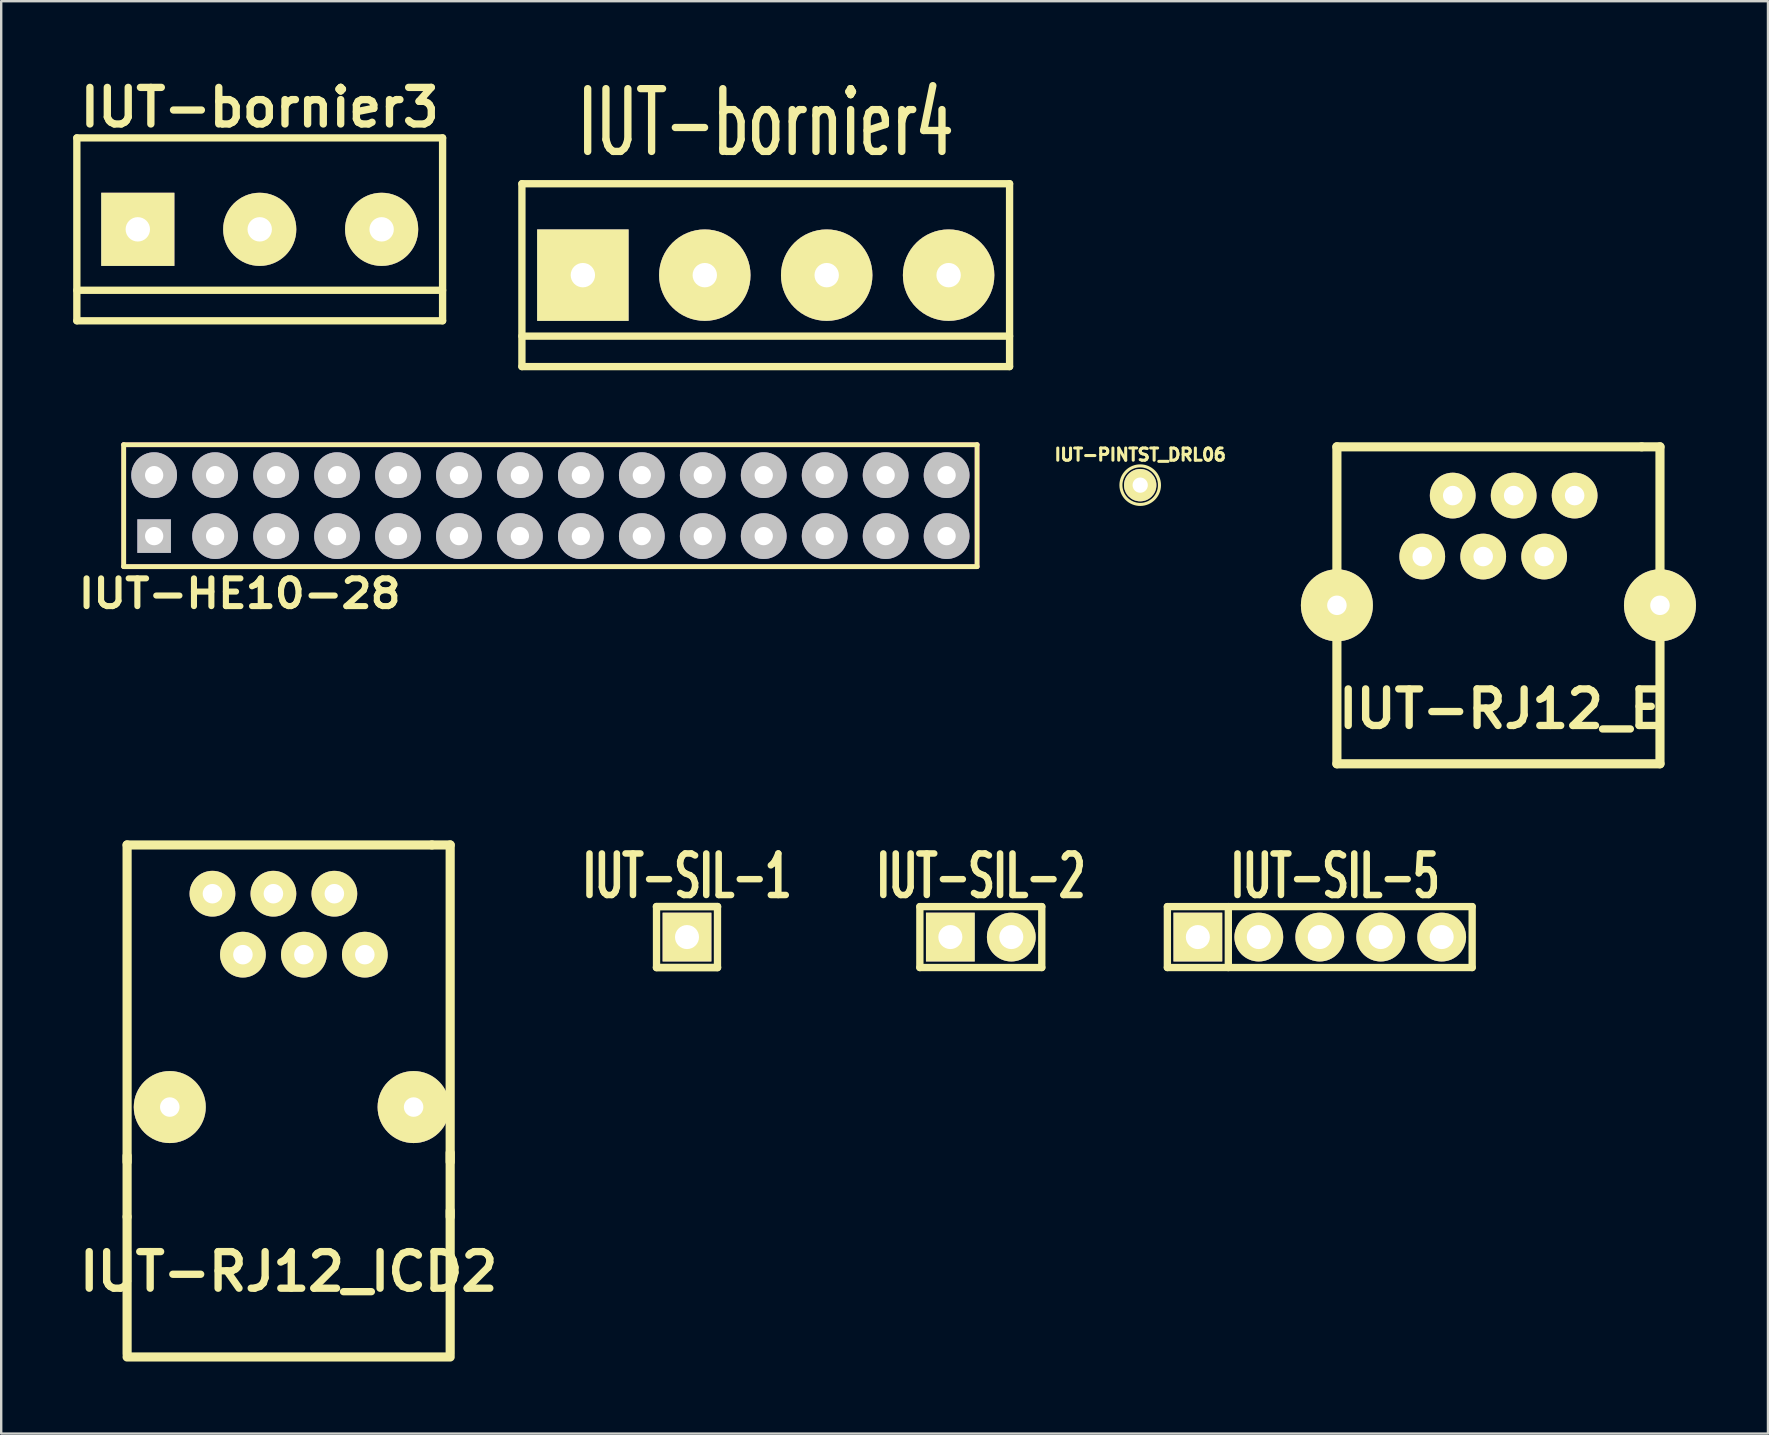
<source format=kicad_pcb>
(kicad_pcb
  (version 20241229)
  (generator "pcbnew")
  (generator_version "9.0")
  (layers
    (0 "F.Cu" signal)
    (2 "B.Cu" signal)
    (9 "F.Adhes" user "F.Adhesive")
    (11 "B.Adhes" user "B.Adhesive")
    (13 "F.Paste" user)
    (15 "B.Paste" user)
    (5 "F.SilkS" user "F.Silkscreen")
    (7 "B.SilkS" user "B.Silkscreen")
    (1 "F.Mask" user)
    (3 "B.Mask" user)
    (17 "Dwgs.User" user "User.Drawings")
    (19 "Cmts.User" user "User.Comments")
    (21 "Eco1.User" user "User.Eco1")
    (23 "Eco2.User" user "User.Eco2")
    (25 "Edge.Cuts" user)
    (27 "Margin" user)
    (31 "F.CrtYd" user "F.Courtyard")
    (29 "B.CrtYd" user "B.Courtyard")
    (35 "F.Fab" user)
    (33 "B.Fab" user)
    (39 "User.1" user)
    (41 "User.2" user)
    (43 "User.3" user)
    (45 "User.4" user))
  (footprint "IUT-SIL-1"
    (layer "F.Cu")
    (at 25.576 35.996)
    (property "Reference" "IUT-SIL-1" (at 0 -2.54 0) (layer "F.SilkS") (effects (font (size 1.73 1.087) (thickness 0.272))))
    (attr through_hole)
    (fp_line (start -1.27 -1.27) (end 1.27 -1.27) (stroke (width 0.318) (type solid)) (layer "F.SilkS"))
    (fp_line (start -1.27 1.27) (end -1.27 -1.27) (stroke (width 0.305) (type solid)) (layer "F.SilkS"))
    (fp_line (start -1.27 1.27) (end 1.27 1.27) (stroke (width 0.318) (type solid)) (layer "F.SilkS"))
    (fp_line (start 1.27 -1.27) (end 1.27 1.27) (stroke (width 0.305) (type solid)) (layer "F.SilkS"))
    (pad "1" thru_hole rect (at 0 0) (size 2.032 2.032) (drill 1.001) (layers "*.Mask" "B.Cu" "F.SilkS")))
  (footprint "IUT-RJ12_E"
    (layer "F.Cu")
    (at 59.514 26.49)
    (property "Reference" "IUT-RJ12_E" (at 0 0 0) (layer "F.SilkS") (effects (font (size 1.524 1.524) (thickness 0.305))))
    (attr through_hole)
    (fp_line (start -6.858 -10.922) (end -6.858 2.286) (stroke (width 0.381) (type solid)) (layer "F.SilkS"))
    (fp_line (start -6.858 -10.922) (end 5.842 -10.922) (stroke (width 0.381) (type solid)) (layer "F.SilkS"))
    (fp_line (start -6.858 2.286) (end 6.604 2.286) (stroke (width 0.381) (type solid)) (layer "F.SilkS"))
    (fp_line (start 5.842 -10.922) (end 6.604 -10.922) (stroke (width 0.381) (type solid)) (layer "F.SilkS"))
    (fp_line (start 6.604 -10.922) (end 6.604 2.286) (stroke (width 0.381) (type solid)) (layer "F.SilkS"))
    (pad "1" thru_hole circle (at -3.302 -6.35) (size 1.905 1.905) (drill 0.813) (layers "*.Mask" "B.Cu" "F.SilkS"))
    (pad "2" thru_hole circle (at -2.032 -8.89) (size 1.905 1.905) (drill 0.813) (layers "*.Mask" "B.Cu" "F.SilkS"))
    (pad "3" thru_hole circle (at -0.762 -6.35) (size 1.905 1.905) (drill 0.813) (layers "*.Mask" "B.Cu" "F.SilkS"))
    (pad "4" thru_hole circle (at 0.508 -8.89) (size 1.905 1.905) (drill 0.813) (layers "*.Mask" "B.Cu" "F.SilkS"))
    (pad "5" thru_hole circle (at 1.778 -6.35) (size 1.905 1.905) (drill 0.813) (layers "*.Mask" "B.Cu" "F.SilkS"))
    (pad "6" thru_hole circle (at 3.048 -8.89) (size 1.905 1.905) (drill 0.813) (layers "*.Mask" "B.Cu" "F.SilkS"))
    (pad "7" thru_hole circle (at -6.858 -4.318) (size 3 3) (drill 0.813) (layers "*.Mask" "B.Cu" "F.SilkS"))
    (pad "8" thru_hole circle (at 6.604 -4.318) (size 3 3) (drill 0.813) (layers "*.Mask" "B.Cu" "F.SilkS")))
  (footprint "IUT-PINTST_DRL06"
    (layer "F.Cu")
    (at 44.46 17.165)
    (property "Reference" "IUT-PINTST_DRL06" (at 0 -1.268 0) (layer "F.SilkS") (effects (font (size 0.508 0.508) (thickness 0.127))))
    (attr through_hole)
    (fp_circle (center 0 0) (end -0.254 -0.762) (stroke (width 0.127) (type solid)) (fill no) (layer "F.SilkS"))
    (pad "1" thru_hole circle (at 0 0) (size 1.349 1.349) (drill 0.635) (layers "*.Mask" "B.Cu" "F.SilkS")))
  (footprint "IUT-HE10-28"
    (layer "F.Cu")
    (at 8.453 19.289)
    (property "Reference" "IUT-HE10-28" (at -1.516 2.395 0) (layer "F.SilkS") (effects (font (size 1.156 1.27) (thickness 0.254))))
    (attr through_hole)
    (fp_line (start -6.35 -3.81) (end 29.21 -3.81) (stroke (width 0.203) (type solid)) (layer "F.SilkS"))
    (fp_line (start -6.35 1.27) (end -6.35 -3.81) (stroke (width 0.203) (type solid)) (layer "F.SilkS"))
    (fp_line (start 29.21 -3.81) (end 29.21 1.27) (stroke (width 0.203) (type solid)) (layer "F.SilkS"))
    (fp_line (start 29.21 1.27) (end -6.35 1.27) (stroke (width 0.203) (type solid)) (layer "F.SilkS"))
    (fp_line (start -6.35 -3.81) (end 29.21 -3.81) (stroke (width 0.203) (type solid)) (layer "F.Adhes"))
    (fp_line (start -6.35 1.27) (end -6.35 -3.81) (stroke (width 0.203) (type solid)) (layer "F.Adhes"))
    (fp_line (start 29.21 -3.81) (end 29.21 1.27) (stroke (width 0.203) (type solid)) (layer "F.Adhes"))
    (fp_line (start 29.21 1.27) (end -6.35 1.27) (stroke (width 0.203) (type solid)) (layer "F.Adhes"))
    (pad "1" thru_hole rect (at -5.08 0) (size 1.397 1.397) (drill 0.762) (layers "B.Cu" "B.Mask" "B.Adhes" "Dwgs.User" "Eco1.User" "Eco2.User"))
    (pad "2" thru_hole circle (at -2.54 0) (size 1.905 1.905) (drill 0.762) (layers "B.Cu" "B.Mask" "B.Adhes" "Dwgs.User" "Eco1.User" "Eco2.User"))
    (pad "3" thru_hole circle (at 0 0) (size 1.905 1.905) (drill 0.762) (layers "B.Cu" "B.Mask" "B.Adhes" "Dwgs.User" "Eco1.User" "Eco2.User"))
    (pad "4" thru_hole circle (at 2.54 0) (size 1.905 1.905) (drill 0.762) (layers "B.Cu" "B.Mask" "B.Adhes" "Dwgs.User" "Eco1.User" "Eco2.User"))
    (pad "5" thru_hole circle (at 5.08 0) (size 1.905 1.905) (drill 0.762) (layers "B.Cu" "B.Mask" "B.Adhes" "Dwgs.User" "Eco1.User" "Eco2.User"))
    (pad "6" thru_hole circle (at 7.62 0) (size 1.905 1.905) (drill 0.762) (layers "B.Cu" "B.Mask" "B.Adhes" "Dwgs.User" "Eco1.User" "Eco2.User"))
    (pad "7" thru_hole circle (at 10.16 0) (size 1.905 1.905) (drill 0.762) (layers "B.Cu" "B.Mask" "B.Adhes" "Dwgs.User" "Eco1.User" "Eco2.User"))
    (pad "8" thru_hole circle (at 12.7 0) (size 1.905 1.905) (drill 0.762) (layers "B.Cu" "B.Mask" "B.Adhes" "Dwgs.User" "Eco1.User" "Eco2.User"))
    (pad "9" thru_hole circle (at 15.24 0) (size 1.905 1.905) (drill 0.762) (layers "B.Cu" "B.Mask" "B.Adhes" "Dwgs.User" "Eco1.User" "Eco2.User"))
    (pad "10" thru_hole circle (at 17.78 0) (size 1.905 1.905) (drill 0.762) (layers "B.Cu" "B.Mask" "B.Adhes" "Dwgs.User" "Eco1.User" "Eco2.User"))
    (pad "11" thru_hole circle (at 20.32 0) (size 1.905 1.905) (drill 0.762) (layers "B.Cu" "B.Mask" "B.Adhes" "Dwgs.User" "Eco1.User" "Eco2.User"))
    (pad "12" thru_hole circle (at 22.86 0) (size 1.905 1.905) (drill 0.762) (layers "B.Cu" "B.Mask" "B.Adhes" "Dwgs.User" "Eco1.User" "Eco2.User"))
    (pad "13" thru_hole circle (at 25.4 0) (size 1.905 1.905) (drill 0.762) (layers "B.Cu" "B.Mask" "B.Adhes" "Dwgs.User" "Eco1.User" "Eco2.User"))
    (pad "14" thru_hole circle (at 27.94 0) (size 1.905 1.905) (drill 0.762) (layers "B.Cu" "B.Mask" "B.Adhes" "Dwgs.User" "Eco1.User" "Eco2.User"))
    (pad "15" thru_hole circle (at 27.94 -2.54) (size 1.905 1.905) (drill 0.762) (layers "B.Cu" "B.Mask" "B.Adhes" "Dwgs.User" "Eco1.User" "Eco2.User"))
    (pad "16" thru_hole circle (at 25.4 -2.54) (size 1.905 1.905) (drill 0.762) (layers "B.Cu" "B.Mask" "B.Adhes" "Dwgs.User" "Eco1.User" "Eco2.User"))
    (pad "17" thru_hole circle (at 22.86 -2.54) (size 1.905 1.905) (drill 0.762) (layers "B.Cu" "B.Mask" "B.Adhes" "Dwgs.User" "Eco1.User" "Eco2.User"))
    (pad "18" thru_hole circle (at 20.32 -2.54) (size 1.905 1.905) (drill 0.762) (layers "B.Cu" "B.Mask" "B.Adhes" "Dwgs.User" "Eco1.User" "Eco2.User"))
    (pad "19" thru_hole circle (at 17.78 -2.54) (size 1.905 1.905) (drill 0.762) (layers "B.Cu" "B.Mask" "B.Adhes" "Dwgs.User" "Eco1.User" "Eco2.User"))
    (pad "20" thru_hole circle (at 15.24 -2.54) (size 1.905 1.905) (drill 0.762) (layers "B.Cu" "B.Mask" "B.Adhes" "Dwgs.User" "Eco1.User" "Eco2.User"))
    (pad "21" thru_hole circle (at 12.7 -2.54) (size 1.905 1.905) (drill 0.762) (layers "B.Cu" "B.Mask" "B.Adhes" "Dwgs.User" "Eco1.User" "Eco2.User"))
    (pad "22" thru_hole circle (at 10.16 -2.54) (size 1.905 1.905) (drill 0.762) (layers "B.Cu" "B.Mask" "B.Adhes" "Dwgs.User" "Eco1.User" "Eco2.User"))
    (pad "23" thru_hole circle (at 7.62 -2.54) (size 1.905 1.905) (drill 0.762) (layers "B.Cu" "B.Mask" "B.Adhes" "Dwgs.User" "Eco1.User" "Eco2.User"))
    (pad "24" thru_hole circle (at 5.08 -2.54) (size 1.905 1.905) (drill 0.762) (layers "B.Cu" "B.Mask" "B.Adhes" "Dwgs.User" "Eco1.User" "Eco2.User"))
    (pad "25" thru_hole circle (at 2.54 -2.54) (size 1.905 1.905) (drill 0.762) (layers "B.Cu" "B.Mask" "B.Adhes" "Dwgs.User" "Eco1.User" "Eco2.User"))
    (pad "26" thru_hole circle (at 0 -2.54) (size 1.905 1.905) (drill 0.762) (layers "B.Cu" "B.Mask" "B.Adhes" "Dwgs.User" "Eco1.User" "Eco2.User"))
    (pad "27" thru_hole circle (at -2.54 -2.54) (size 1.905 1.905) (drill 0.762) (layers "B.Cu" "B.Mask" "B.Adhes" "Dwgs.User" "Eco1.User" "Eco2.User"))
    (pad "28" thru_hole circle (at -5.08 -2.54) (size 1.905 1.905) (drill 0.762) (layers "B.Cu" "B.Mask" "B.Adhes" "Dwgs.User" "Eco1.User" "Eco2.User")))
  (footprint "IUT-bornier3"
    (layer "F.Cu")
    (at 7.772 6.506)
    (property "Reference" "IUT-bornier3" (at 0 -5.08 0) (layer "F.SilkS") (effects (font (size 1.524 1.524) (thickness 0.305))))
    (attr through_hole)
    (fp_line (start -7.62 -3.81) (end 7.62 -3.81) (stroke (width 0.305) (type solid)) (layer "F.SilkS"))
    (fp_line (start -7.62 2.54) (end 7.62 2.54) (stroke (width 0.305) (type solid)) (layer "F.SilkS"))
    (fp_line (start -7.62 3.81) (end -7.62 -3.81) (stroke (width 0.305) (type solid)) (layer "F.SilkS"))
    (fp_line (start -7.62 3.81) (end 7.62 3.81) (stroke (width 0.305) (type solid)) (layer "F.SilkS"))
    (fp_line (start 7.62 3.81) (end 7.62 -3.81) (stroke (width 0.305) (type solid)) (layer "F.SilkS"))
    (pad "1" thru_hole rect (at -5.08 0) (size 3.048 3.048) (drill 1.016) (layers "*.Mask" "B.Cu" "F.SilkS"))
    (pad "2" thru_hole circle (at 0 0) (size 3.048 3.048) (drill 1.016) (layers "*.Mask" "B.Cu" "F.SilkS"))
    (pad "3" thru_hole circle (at 5.08 0) (size 3.048 3.048) (drill 1.016) (layers "*.Mask" "B.Cu" "F.SilkS")))
  (footprint "IUT-RJ12_ICD2"
    (layer "F.Cu")
    (at 9.104 43.079)
    (property "Reference" "IUT-RJ12_ICD2" (at -0.127 6.858 0) (layer "F.SilkS") (effects (font (size 1.524 1.524) (thickness 0.305))))
    (attr through_hole)
    (fp_line (start -6.858 -10.922) (end -6.858 2.286) (stroke (width 0.381) (type solid)) (layer "F.SilkS"))
    (fp_line (start -6.858 -10.922) (end 5.842 -10.922) (stroke (width 0.381) (type solid)) (layer "F.SilkS"))
    (fp_line (start -6.858 2.032) (end -6.858 4.572) (stroke (width 0.381) (type solid)) (layer "F.SilkS"))
    (fp_line (start -6.858 4.572) (end -6.858 10.287) (stroke (width 0.381) (type solid)) (layer "F.SilkS"))
    (fp_line (start -6.858 10.414) (end 6.604 10.414) (stroke (width 0.381) (type solid)) (layer "F.SilkS"))
    (fp_line (start 5.842 -10.922) (end 6.604 -10.922) (stroke (width 0.381) (type solid)) (layer "F.SilkS"))
    (fp_line (start 6.604 -10.922) (end 6.604 2.286) (stroke (width 0.381) (type solid)) (layer "F.SilkS"))
    (fp_line (start 6.604 1.905) (end 6.604 4.572) (stroke (width 0.381) (type solid)) (layer "F.SilkS"))
    (fp_line (start 6.604 4.318) (end 6.604 10.287) (stroke (width 0.381) (type solid)) (layer "F.SilkS"))
    (pad "1" thru_hole circle (at -3.302 -8.89 180) (size 1.905 1.905) (drill 0.813) (layers "*.Mask" "B.Cu" "F.SilkS"))
    (pad "2" thru_hole circle (at -2.032 -6.35 180) (size 1.905 1.905) (drill 0.813) (layers "*.Mask" "B.Cu" "F.SilkS"))
    (pad "3" thru_hole circle (at -0.762 -8.89 180) (size 1.905 1.905) (drill 0.813) (layers "*.Mask" "B.Cu" "F.SilkS"))
    (pad "4" thru_hole circle (at 0.508 -6.35 180) (size 1.905 1.905) (drill 0.813) (layers "*.Mask" "B.Cu" "F.SilkS"))
    (pad "5" thru_hole circle (at 1.778 -8.89 180) (size 1.905 1.905) (drill 0.813) (layers "*.Mask" "B.Cu" "F.SilkS"))
    (pad "6" thru_hole circle (at 3.048 -6.35 180) (size 1.905 1.905) (drill 0.813) (layers "*.Mask" "B.Cu" "F.SilkS"))
    (pad "7" thru_hole circle (at -5.08 0) (size 3 3) (drill 0.813) (layers "*.Mask" "B.Cu" "F.SilkS"))
    (pad "8" thru_hole circle (at 5.08 0) (size 3 3) (drill 0.813) (layers "*.Mask" "B.Cu" "F.SilkS")))
  (footprint "IUT-SIL-5"
    (layer "F.Cu")
    (at 53.212 35.996)
    (property "Reference" "IUT-SIL-5" (at -0.635 -2.54 0) (layer "F.SilkS") (effects (font (size 1.73 1.087) (thickness 0.305))))
    (attr through_hole)
    (fp_line (start -7.62 -1.27) (end 5.08 -1.27) (stroke (width 0.305) (type solid)) (layer "F.SilkS"))
    (fp_line (start -7.62 1.27) (end -7.62 -1.27) (stroke (width 0.305) (type solid)) (layer "F.SilkS"))
    (fp_line (start -5.08 1.27) (end -5.08 -1.27) (stroke (width 0.305) (type solid)) (layer "F.SilkS"))
    (fp_line (start 5.08 -1.27) (end 5.08 1.27) (stroke (width 0.305) (type solid)) (layer "F.SilkS"))
    (fp_line (start 5.08 1.27) (end -7.62 1.27) (stroke (width 0.305) (type solid)) (layer "F.SilkS"))
    (pad "1" thru_hole rect (at -6.35 0) (size 2.032 2.032) (drill 1.001) (layers "*.Mask" "B.Cu" "F.SilkS"))
    (pad "2" thru_hole circle (at -3.81 0) (size 2.032 2.032) (drill 1.001) (layers "*.Mask" "B.Cu" "F.SilkS"))
    (pad "3" thru_hole circle (at -1.27 0) (size 2.032 2.032) (drill 1.001) (layers "*.Mask" "B.Cu" "F.SilkS"))
    (pad "4" thru_hole circle (at 1.27 0) (size 2.032 2.032) (drill 1.001) (layers "*.Mask" "B.Cu" "F.SilkS"))
    (pad "5" thru_hole circle (at 3.81 0) (size 2.032 2.032) (drill 1.001) (layers "*.Mask" "B.Cu" "F.SilkS")))
  (footprint "IUT-bornier4"
    (layer "F.Cu")
    (at 28.857 8.415)
    (property "Reference" "IUT-bornier4" (at 0 -6.35 0) (layer "F.SilkS") (effects (font (size 2.616 1.598) (thickness 0.305))))
    (attr through_hole)
    (fp_line (start -10.16 -3.81) (end -10.16 3.81) (stroke (width 0.305) (type solid)) (layer "F.SilkS"))
    (fp_line (start -10.16 -3.81) (end 10.16 -3.81) (stroke (width 0.305) (type solid)) (layer "F.SilkS"))
    (fp_line (start -10.16 3.81) (end 10.16 3.81) (stroke (width 0.305) (type solid)) (layer "F.SilkS"))
    (fp_line (start 10.16 2.54) (end -10.16 2.54) (stroke (width 0.305) (type solid)) (layer "F.SilkS"))
    (fp_line (start 10.16 3.81) (end 10.16 -3.81) (stroke (width 0.305) (type solid)) (layer "F.SilkS"))
    (pad "1" thru_hole rect (at -7.62 0) (size 3.81 3.81) (drill 1.016) (layers "*.Mask" "B.Cu" "F.SilkS"))
    (pad "2" thru_hole circle (at -2.54 0) (size 3.81 3.81) (drill 1.016) (layers "*.Mask" "B.Cu" "F.SilkS"))
    (pad "3" thru_hole circle (at 2.54 0) (size 3.81 3.81) (drill 1.016) (layers "*.Mask" "B.Cu" "F.SilkS"))
    (pad "4" thru_hole circle (at 7.62 0) (size 3.81 3.81) (drill 1.016) (layers "*.Mask" "B.Cu" "F.SilkS")))
  (footprint "IUT-SIL-2"
    (layer "F.Cu")
    (at 37.819 35.996)
    (property "Reference" "IUT-SIL-2" (at 0 -2.54 0) (layer "F.SilkS") (effects (font (size 1.73 1.087) (thickness 0.305))))
    (attr through_hole)
    (fp_line (start -2.54 -1.27) (end 2.54 -1.27) (stroke (width 0.305) (type solid)) (layer "F.SilkS"))
    (fp_line (start -2.54 1.27) (end -2.54 -1.27) (stroke (width 0.305) (type solid)) (layer "F.SilkS"))
    (fp_line (start 2.54 -1.27) (end 2.54 1.27) (stroke (width 0.305) (type solid)) (layer "F.SilkS"))
    (fp_line (start 2.54 1.27) (end -2.54 1.27) (stroke (width 0.305) (type solid)) (layer "F.SilkS"))
    (pad "1" thru_hole rect (at -1.27 0) (size 2.032 2.032) (drill 1.001) (layers "*.Mask" "B.Cu" "F.SilkS"))
    (pad "2" thru_hole circle (at 1.27 0) (size 2.032 2.032) (drill 1.001) (layers "*.Mask" "B.Cu" "F.SilkS")))
  (gr_rect
    (start -3 -3)
    (end 70.618 56.684)
    (stroke (width 0.1) (type default))
    (fill no)
    (layer "Edge.Cuts")))
</source>
